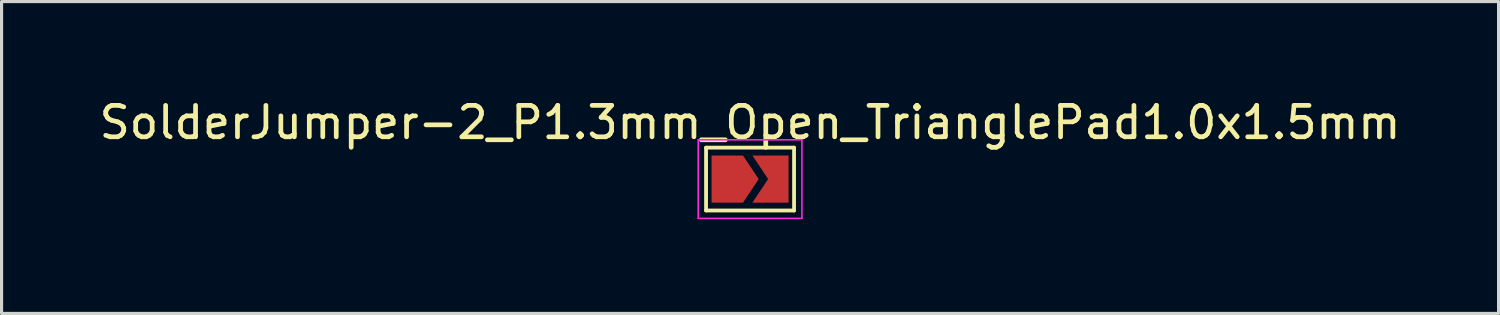
<source format=kicad_pcb>
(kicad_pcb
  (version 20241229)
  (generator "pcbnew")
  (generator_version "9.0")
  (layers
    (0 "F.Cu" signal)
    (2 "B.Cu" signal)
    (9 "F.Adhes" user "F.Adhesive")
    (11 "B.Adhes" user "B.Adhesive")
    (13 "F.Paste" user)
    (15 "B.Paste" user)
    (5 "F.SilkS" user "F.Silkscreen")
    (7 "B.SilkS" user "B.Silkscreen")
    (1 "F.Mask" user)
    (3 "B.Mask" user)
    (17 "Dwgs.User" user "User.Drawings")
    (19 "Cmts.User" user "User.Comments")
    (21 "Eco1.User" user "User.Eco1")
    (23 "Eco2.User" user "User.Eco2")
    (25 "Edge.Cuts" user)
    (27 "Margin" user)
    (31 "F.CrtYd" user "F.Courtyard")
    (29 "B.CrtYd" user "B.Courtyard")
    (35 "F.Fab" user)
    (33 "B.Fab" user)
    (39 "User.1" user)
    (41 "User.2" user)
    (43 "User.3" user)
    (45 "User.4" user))
  (footprint "SolderJumper-2_P1.3mm_Open_TrianglePad1.0x1.5mm"
    (layer "F.Cu")
    (at 20.815 2.648)
    (property "Reference" "SolderJumper-2_P1.3mm_Open_TrianglePad1.0x1.5mm" (at 0 -1.8 0) (layer "F.SilkS") (effects (font (size 1 1) (thickness 0.15))))
    (attr exclude_from_pos_files exclude_from_bom)
    (fp_line (start -1.4 -1) (end 1.4 -1) (stroke (width 0.12) (type solid)) (layer "F.SilkS"))
    (fp_line (start -1.4 1) (end -1.4 -1) (stroke (width 0.12) (type solid)) (layer "F.SilkS"))
    (fp_line (start 1.4 -1) (end 1.4 1) (stroke (width 0.12) (type solid)) (layer "F.SilkS"))
    (fp_line (start 1.4 1) (end -1.4 1) (stroke (width 0.12) (type solid)) (layer "F.SilkS"))
    (fp_line (start -1.65 -1.25) (end -1.65 1.25) (stroke (width 0.05) (type solid)) (layer "F.CrtYd"))
    (fp_line (start -1.65 -1.25) (end 1.65 -1.25) (stroke (width 0.05) (type solid)) (layer "F.CrtYd"))
    (fp_line (start 1.65 1.25) (end -1.65 1.25) (stroke (width 0.05) (type solid)) (layer "F.CrtYd"))
    (fp_line (start 1.65 1.25) (end 1.65 -1.25) (stroke (width 0.05) (type solid)) (layer "F.CrtYd"))
    (pad "1" smd custom (at -0.725 0) (size 0.3 0.3) (layers "F.Cu" "F.Mask") (options (anchor rect)) (primitives (gr_poly (pts (xy 1 0) (xy 0.5 0.75) (xy -0.5 0.75) (xy -0.5 -0.75) (xy 0.5 -0.75)) (width 0) (fill yes))))
    (pad "2" smd custom (at 0.725 0) (size 0.3 0.3) (layers "F.Cu" "F.Mask") (options (anchor rect)) (primitives (gr_poly (pts (xy 0.5 0.75) (xy -0.65 0.75) (xy -0.15 0) (xy -0.65 -0.75) (xy 0.5 -0.75)) (width 0) (fill yes)))))
  (gr_rect
    (start -3 -3)
    (end 44.631 6.923)
    (stroke (width 0.1) (type default))
    (fill no)
    (layer "Edge.Cuts")))
</source>
